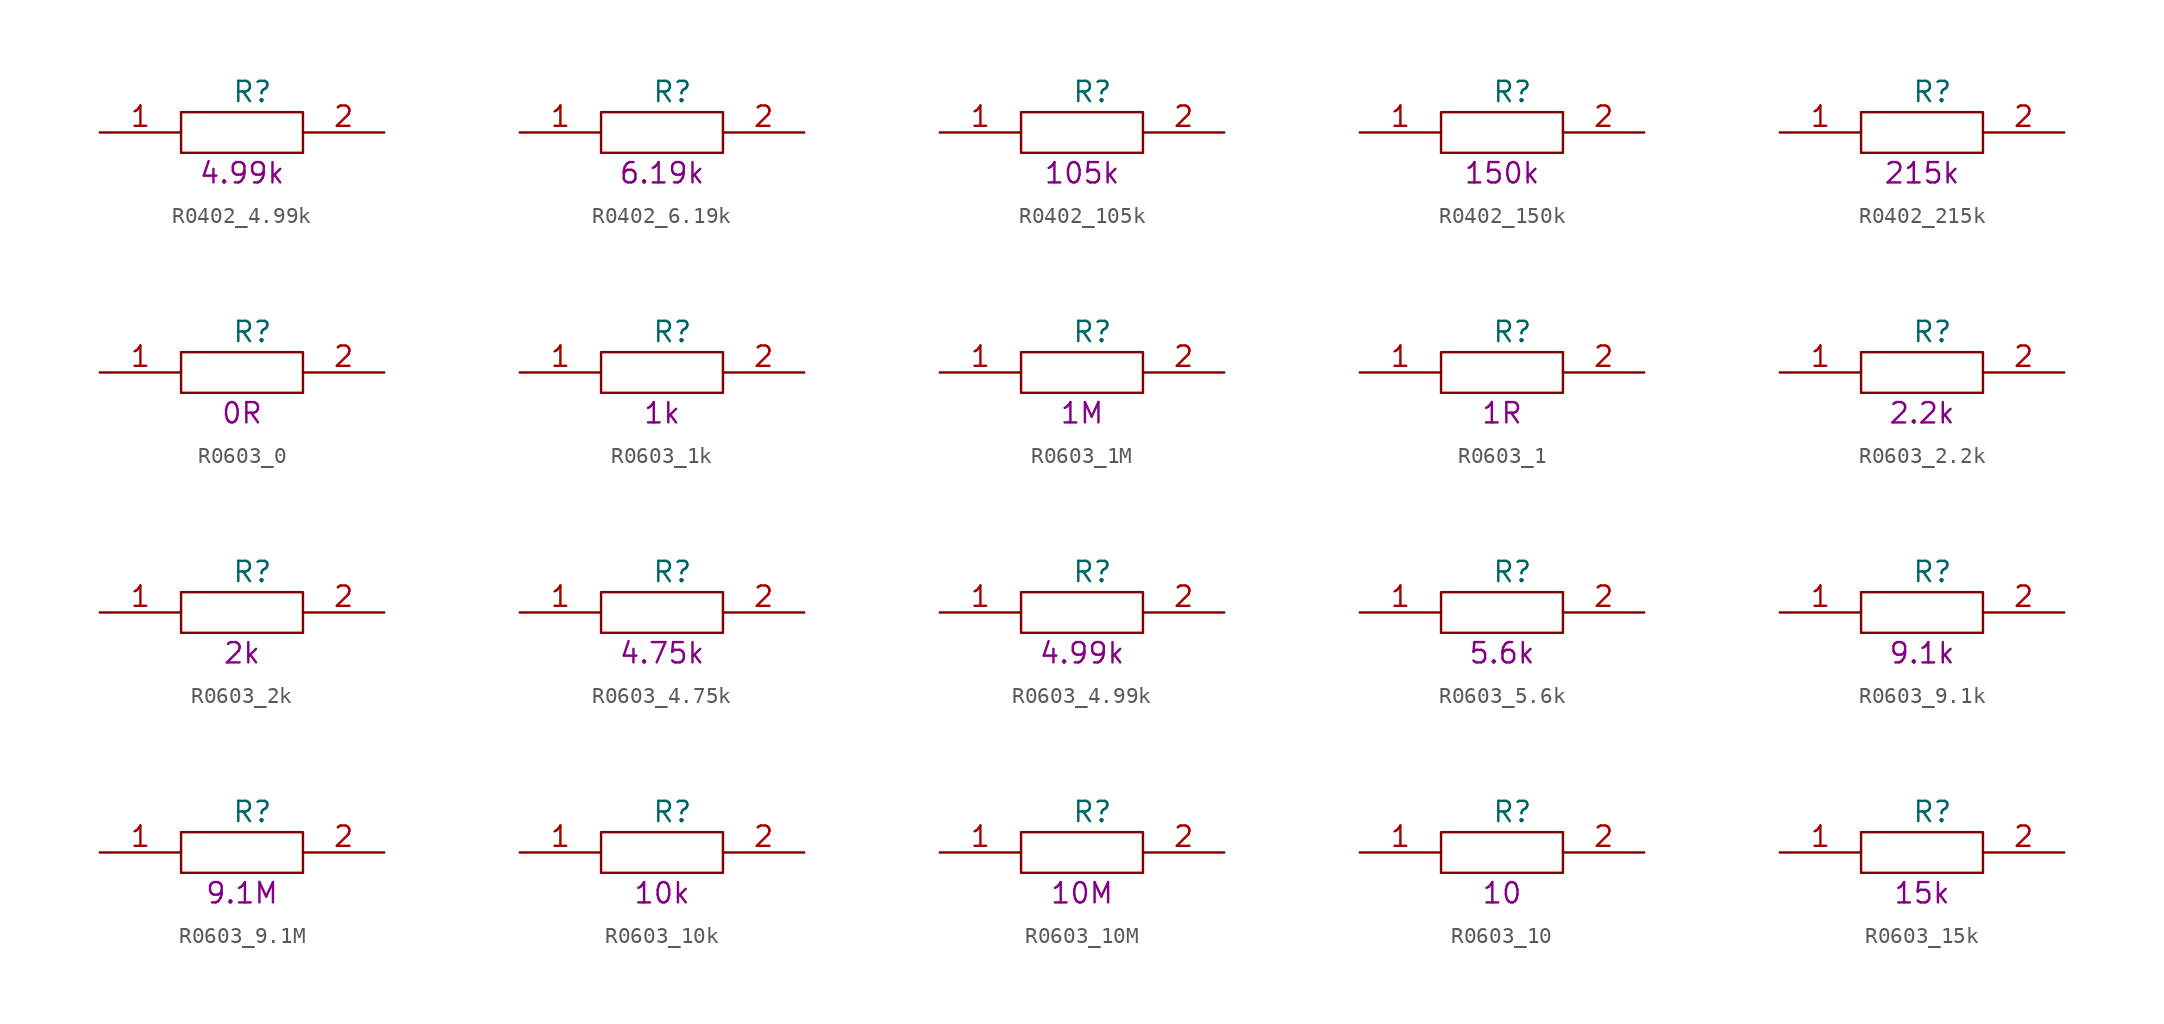
<source format=kicad_sym>
(kicad_symbol_lib
  (version 20220914)
  (generator kicad_symbol_editor)
  (symbol "R0402_4.99k"
    (pin_names
      (offset 0.762))
    (property "Reference" "R"
      (at 8.255 2.54 0)
      (effects (font (size 1.27 1.27)) (justify left)))
    (property "Val" "4.99k"
      (at 8.89 -2.54 0)
      (effects (font (size 1.27 1.27))))
    (symbol "R0402_4.99k_0_0"
      (pin passive line (at 0 0 0) (length 5.08) (name "~" (effects (font (size 1.27 1.27)))) (number "1" (effects (font (size 1.27 1.27)))))
      (pin passive line (at 17.78 0 180) (length 5.08) (name "~" (effects (font (size 1.27 1.27)))) (number "2" (effects (font (size 1.27 1.27))))))
    (symbol "R0402_4.99k_0_1"
      (polyline (pts (xy 5.08 1.27) (xy 12.7 1.27) (xy 12.7 -1.27) (xy 5.08 -1.27) (xy 5.08 1.27)) (stroke (width 0.152) (type solid)) (fill (type none)))))
  (symbol "R0402_6.19k"
    (pin_names
      (offset 0.762))
    (property "Reference" "R"
      (at 8.255 2.54 0)
      (effects (font (size 1.27 1.27)) (justify left)))
    (property "Val" "6.19k"
      (at 8.89 -2.54 0)
      (effects (font (size 1.27 1.27))))
    (symbol "R0402_6.19k_0_0"
      (pin passive line (at 0 0 0) (length 5.08) (name "~" (effects (font (size 1.27 1.27)))) (number "1" (effects (font (size 1.27 1.27)))))
      (pin passive line (at 17.78 0 180) (length 5.08) (name "~" (effects (font (size 1.27 1.27)))) (number "2" (effects (font (size 1.27 1.27))))))
    (symbol "R0402_6.19k_0_1"
      (polyline (pts (xy 5.08 1.27) (xy 12.7 1.27) (xy 12.7 -1.27) (xy 5.08 -1.27) (xy 5.08 1.27)) (stroke (width 0.152) (type solid)) (fill (type none)))))
  (symbol "R0402_105k"
    (pin_names
      (offset 0.762))
    (property "Reference" "R"
      (at 8.255 2.54 0)
      (effects (font (size 1.27 1.27)) (justify left)))
    (property "Val" "105k"
      (at 8.89 -2.54 0)
      (effects (font (size 1.27 1.27))))
    (symbol "R0402_105k_0_0"
      (pin passive line (at 0 0 0) (length 5.08) (name "~" (effects (font (size 1.27 1.27)))) (number "1" (effects (font (size 1.27 1.27)))))
      (pin passive line (at 17.78 0 180) (length 5.08) (name "~" (effects (font (size 1.27 1.27)))) (number "2" (effects (font (size 1.27 1.27))))))
    (symbol "R0402_105k_0_1"
      (polyline (pts (xy 5.08 1.27) (xy 12.7 1.27) (xy 12.7 -1.27) (xy 5.08 -1.27) (xy 5.08 1.27)) (stroke (width 0.152) (type solid)) (fill (type none)))))
  (symbol "R0402_150k"
    (pin_names
      (offset 0.762))
    (property "Reference" "R"
      (at 8.255 2.54 0)
      (effects (font (size 1.27 1.27)) (justify left)))
    (property "Val" "150k"
      (at 8.89 -2.54 0)
      (effects (font (size 1.27 1.27))))
    (symbol "R0402_150k_0_0"
      (pin passive line (at 0 0 0) (length 5.08) (name "~" (effects (font (size 1.27 1.27)))) (number "1" (effects (font (size 1.27 1.27)))))
      (pin passive line (at 17.78 0 180) (length 5.08) (name "~" (effects (font (size 1.27 1.27)))) (number "2" (effects (font (size 1.27 1.27))))))
    (symbol "R0402_150k_0_1"
      (polyline (pts (xy 5.08 1.27) (xy 12.7 1.27) (xy 12.7 -1.27) (xy 5.08 -1.27) (xy 5.08 1.27)) (stroke (width 0.152) (type solid)) (fill (type none)))))
  (symbol "R0402_215k"
    (pin_names
      (offset 0.762))
    (property "Reference" "R"
      (at 8.255 2.54 0)
      (effects (font (size 1.27 1.27)) (justify left)))
    (property "Val" "215k"
      (at 8.89 -2.54 0)
      (effects (font (size 1.27 1.27))))
    (symbol "R0402_215k_0_0"
      (pin passive line (at 0 0 0) (length 5.08) (name "~" (effects (font (size 1.27 1.27)))) (number "1" (effects (font (size 1.27 1.27)))))
      (pin passive line (at 17.78 0 180) (length 5.08) (name "~" (effects (font (size 1.27 1.27)))) (number "2" (effects (font (size 1.27 1.27))))))
    (symbol "R0402_215k_0_1"
      (polyline (pts (xy 5.08 1.27) (xy 12.7 1.27) (xy 12.7 -1.27) (xy 5.08 -1.27) (xy 5.08 1.27)) (stroke (width 0.152) (type solid)) (fill (type none)))))
  (symbol "R0603_0"
    (pin_names
      (offset 0.762))
    (property "Reference" "R"
      (at 8.255 2.54 0)
      (effects (font (size 1.27 1.27)) (justify left)))
    (property "Val" "0R"
      (at 8.89 -2.54 0)
      (effects (font (size 1.27 1.27))))
    (symbol "R0603_0_0_0"
      (pin passive line (at 0 0 0) (length 5.08) (name "~" (effects (font (size 1.27 1.27)))) (number "1" (effects (font (size 1.27 1.27)))))
      (pin passive line (at 17.78 0 180) (length 5.08) (name "~" (effects (font (size 1.27 1.27)))) (number "2" (effects (font (size 1.27 1.27))))))
    (symbol "R0603_0_0_1"
      (polyline (pts (xy 5.08 1.27) (xy 12.7 1.27) (xy 12.7 -1.27) (xy 5.08 -1.27) (xy 5.08 1.27)) (stroke (width 0.152) (type solid)) (fill (type none)))))
  (symbol "R0603_1k"
    (pin_names
      (offset 0.762))
    (property "Reference" "R"
      (at 8.255 2.54 0)
      (effects (font (size 1.27 1.27)) (justify left)))
    (property "Val" "1k"
      (at 8.89 -2.54 0)
      (effects (font (size 1.27 1.27))))
    (symbol "R0603_1k_0_0"
      (pin passive line (at 0 0 0) (length 5.08) (name "~" (effects (font (size 1.27 1.27)))) (number "1" (effects (font (size 1.27 1.27)))))
      (pin passive line (at 17.78 0 180) (length 5.08) (name "~" (effects (font (size 1.27 1.27)))) (number "2" (effects (font (size 1.27 1.27))))))
    (symbol "R0603_1k_0_1"
      (polyline (pts (xy 5.08 1.27) (xy 12.7 1.27) (xy 12.7 -1.27) (xy 5.08 -1.27) (xy 5.08 1.27)) (stroke (width 0.152) (type solid)) (fill (type none)))))
  (symbol "R0603_1M"
    (pin_names
      (offset 0.762))
    (property "Reference" "R"
      (at 8.255 2.54 0)
      (effects (font (size 1.27 1.27)) (justify left)))
    (property "Val" "1M"
      (at 8.89 -2.54 0)
      (effects (font (size 1.27 1.27))))
    (symbol "R0603_1M_0_0"
      (pin passive line (at 0 0 0) (length 5.08) (name "~" (effects (font (size 1.27 1.27)))) (number "1" (effects (font (size 1.27 1.27)))))
      (pin passive line (at 17.78 0 180) (length 5.08) (name "~" (effects (font (size 1.27 1.27)))) (number "2" (effects (font (size 1.27 1.27))))))
    (symbol "R0603_1M_0_1"
      (polyline (pts (xy 5.08 1.27) (xy 12.7 1.27) (xy 12.7 -1.27) (xy 5.08 -1.27) (xy 5.08 1.27)) (stroke (width 0.152) (type solid)) (fill (type none)))))
  (symbol "R0603_1"
    (pin_names
      (offset 0.762))
    (property "Reference" "R"
      (at 8.255 2.54 0)
      (effects (font (size 1.27 1.27)) (justify left)))
    (property "Val" "1R"
      (at 8.89 -2.54 0)
      (effects (font (size 1.27 1.27))))
    (symbol "R0603_1_0_0"
      (pin passive line (at 0 0 0) (length 5.08) (name "~" (effects (font (size 1.27 1.27)))) (number "1" (effects (font (size 1.27 1.27)))))
      (pin passive line (at 17.78 0 180) (length 5.08) (name "~" (effects (font (size 1.27 1.27)))) (number "2" (effects (font (size 1.27 1.27))))))
    (symbol "R0603_1_0_1"
      (polyline (pts (xy 5.08 1.27) (xy 12.7 1.27) (xy 12.7 -1.27) (xy 5.08 -1.27) (xy 5.08 1.27)) (stroke (width 0.152) (type solid)) (fill (type none)))))
  (symbol "R0603_2.2k"
    (pin_names
      (offset 0.762))
    (property "Reference" "R"
      (at 8.255 2.54 0)
      (effects (font (size 1.27 1.27)) (justify left)))
    (property "Val" "2.2k"
      (at 8.89 -2.54 0)
      (effects (font (size 1.27 1.27))))
    (symbol "R0603_2.2k_0_0"
      (pin passive line (at 0 0 0) (length 5.08) (name "~" (effects (font (size 1.27 1.27)))) (number "1" (effects (font (size 1.27 1.27)))))
      (pin passive line (at 17.78 0 180) (length 5.08) (name "~" (effects (font (size 1.27 1.27)))) (number "2" (effects (font (size 1.27 1.27))))))
    (symbol "R0603_2.2k_0_1"
      (polyline (pts (xy 5.08 1.27) (xy 12.7 1.27) (xy 12.7 -1.27) (xy 5.08 -1.27) (xy 5.08 1.27)) (stroke (width 0.152) (type solid)) (fill (type none)))))
  (symbol "R0603_2k"
    (pin_names
      (offset 0.762))
    (property "Reference" "R"
      (at 8.255 2.54 0)
      (effects (font (size 1.27 1.27)) (justify left)))
    (property "Val" "2k"
      (at 8.89 -2.54 0)
      (effects (font (size 1.27 1.27))))
    (symbol "R0603_2k_0_0"
      (pin passive line (at 0 0 0) (length 5.08) (name "~" (effects (font (size 1.27 1.27)))) (number "1" (effects (font (size 1.27 1.27)))))
      (pin passive line (at 17.78 0 180) (length 5.08) (name "~" (effects (font (size 1.27 1.27)))) (number "2" (effects (font (size 1.27 1.27))))))
    (symbol "R0603_2k_0_1"
      (polyline (pts (xy 5.08 1.27) (xy 12.7 1.27) (xy 12.7 -1.27) (xy 5.08 -1.27) (xy 5.08 1.27)) (stroke (width 0.152) (type solid)) (fill (type none)))))
  (symbol "R0603_4.75k"
    (pin_names
      (offset 0.762))
    (property "Reference" "R"
      (at 8.255 2.54 0)
      (effects (font (size 1.27 1.27)) (justify left)))
    (property "Val" "4.75k"
      (at 8.89 -2.54 0)
      (effects (font (size 1.27 1.27))))
    (symbol "R0603_4.75k_0_0"
      (pin passive line (at 0 0 0) (length 5.08) (name "~" (effects (font (size 1.27 1.27)))) (number "1" (effects (font (size 1.27 1.27)))))
      (pin passive line (at 17.78 0 180) (length 5.08) (name "~" (effects (font (size 1.27 1.27)))) (number "2" (effects (font (size 1.27 1.27))))))
    (symbol "R0603_4.75k_0_1"
      (polyline (pts (xy 5.08 1.27) (xy 12.7 1.27) (xy 12.7 -1.27) (xy 5.08 -1.27) (xy 5.08 1.27)) (stroke (width 0.152) (type solid)) (fill (type none)))))
  (symbol "R0603_4.99k"
    (pin_names
      (offset 0.762))
    (property "Reference" "R"
      (at 8.255 2.54 0)
      (effects (font (size 1.27 1.27)) (justify left)))
    (property "Val" "4.99k"
      (at 8.89 -2.54 0)
      (effects (font (size 1.27 1.27))))
    (symbol "R0603_4.99k_0_0"
      (pin passive line (at 0 0 0) (length 5.08) (name "~" (effects (font (size 1.27 1.27)))) (number "1" (effects (font (size 1.27 1.27)))))
      (pin passive line (at 17.78 0 180) (length 5.08) (name "~" (effects (font (size 1.27 1.27)))) (number "2" (effects (font (size 1.27 1.27))))))
    (symbol "R0603_4.99k_0_1"
      (polyline (pts (xy 5.08 1.27) (xy 12.7 1.27) (xy 12.7 -1.27) (xy 5.08 -1.27) (xy 5.08 1.27)) (stroke (width 0.152) (type solid)) (fill (type none)))))
  (symbol "R0603_5.6k"
    (pin_names
      (offset 0.762))
    (property "Reference" "R"
      (at 8.255 2.54 0)
      (effects (font (size 1.27 1.27)) (justify left)))
    (property "Val" "5.6k"
      (at 8.89 -2.54 0)
      (effects (font (size 1.27 1.27))))
    (symbol "R0603_5.6k_0_0"
      (pin passive line (at 0 0 0) (length 5.08) (name "~" (effects (font (size 1.27 1.27)))) (number "1" (effects (font (size 1.27 1.27)))))
      (pin passive line (at 17.78 0 180) (length 5.08) (name "~" (effects (font (size 1.27 1.27)))) (number "2" (effects (font (size 1.27 1.27))))))
    (symbol "R0603_5.6k_0_1"
      (polyline (pts (xy 5.08 1.27) (xy 12.7 1.27) (xy 12.7 -1.27) (xy 5.08 -1.27) (xy 5.08 1.27)) (stroke (width 0.152) (type solid)) (fill (type none)))))
  (symbol "R0603_9.1k"
    (pin_names
      (offset 0.762))
    (property "Reference" "R"
      (at 8.255 2.54 0)
      (effects (font (size 1.27 1.27)) (justify left)))
    (property "Val" "9.1k"
      (at 8.89 -2.54 0)
      (effects (font (size 1.27 1.27))))
    (symbol "R0603_9.1k_0_0"
      (pin passive line (at 0 0 0) (length 5.08) (name "~" (effects (font (size 1.27 1.27)))) (number "1" (effects (font (size 1.27 1.27)))))
      (pin passive line (at 17.78 0 180) (length 5.08) (name "~" (effects (font (size 1.27 1.27)))) (number "2" (effects (font (size 1.27 1.27))))))
    (symbol "R0603_9.1k_0_1"
      (polyline (pts (xy 5.08 1.27) (xy 12.7 1.27) (xy 12.7 -1.27) (xy 5.08 -1.27) (xy 5.08 1.27)) (stroke (width 0.152) (type solid)) (fill (type none)))))
  (symbol "R0603_9.1M"
    (pin_names
      (offset 0.762))
    (property "Reference" "R"
      (at 8.255 2.54 0)
      (effects (font (size 1.27 1.27)) (justify left)))
    (property "Val" "9.1M"
      (at 8.89 -2.54 0)
      (effects (font (size 1.27 1.27))))
    (symbol "R0603_9.1M_0_0"
      (pin passive line (at 0 0 0) (length 5.08) (name "~" (effects (font (size 1.27 1.27)))) (number "1" (effects (font (size 1.27 1.27)))))
      (pin passive line (at 17.78 0 180) (length 5.08) (name "~" (effects (font (size 1.27 1.27)))) (number "2" (effects (font (size 1.27 1.27))))))
    (symbol "R0603_9.1M_0_1"
      (polyline (pts (xy 5.08 1.27) (xy 12.7 1.27) (xy 12.7 -1.27) (xy 5.08 -1.27) (xy 5.08 1.27)) (stroke (width 0.152) (type solid)) (fill (type none)))))
  (symbol "R0603_10k"
    (pin_names
      (offset 0.762))
    (property "Reference" "R"
      (at 8.255 2.54 0)
      (effects (font (size 1.27 1.27)) (justify left)))
    (property "Val" "10k"
      (at 8.89 -2.54 0)
      (effects (font (size 1.27 1.27))))
    (symbol "R0603_10k_0_0"
      (pin passive line (at 0 0 0) (length 5.08) (name "~" (effects (font (size 1.27 1.27)))) (number "1" (effects (font (size 1.27 1.27)))))
      (pin passive line (at 17.78 0 180) (length 5.08) (name "~" (effects (font (size 1.27 1.27)))) (number "2" (effects (font (size 1.27 1.27))))))
    (symbol "R0603_10k_0_1"
      (polyline (pts (xy 5.08 1.27) (xy 12.7 1.27) (xy 12.7 -1.27) (xy 5.08 -1.27) (xy 5.08 1.27)) (stroke (width 0.152) (type solid)) (fill (type none)))))
  (symbol "R0603_10M"
    (pin_names
      (offset 0.762))
    (property "Reference" "R"
      (at 8.255 2.54 0)
      (effects (font (size 1.27 1.27)) (justify left)))
    (property "Val" "10M"
      (at 8.89 -2.54 0)
      (effects (font (size 1.27 1.27))))
    (symbol "R0603_10M_0_0"
      (pin passive line (at 0 0 0) (length 5.08) (name "~" (effects (font (size 1.27 1.27)))) (number "1" (effects (font (size 1.27 1.27)))))
      (pin passive line (at 17.78 0 180) (length 5.08) (name "~" (effects (font (size 1.27 1.27)))) (number "2" (effects (font (size 1.27 1.27))))))
    (symbol "R0603_10M_0_1"
      (polyline (pts (xy 5.08 1.27) (xy 12.7 1.27) (xy 12.7 -1.27) (xy 5.08 -1.27) (xy 5.08 1.27)) (stroke (width 0.152) (type solid)) (fill (type none)))))
  (symbol "R0603_10"
    (pin_names
      (offset 0.762))
    (property "Reference" "R"
      (at 8.255 2.54 0)
      (effects (font (size 1.27 1.27)) (justify left)))
    (property "Val" "10"
      (at 8.89 -2.54 0)
      (effects (font (size 1.27 1.27))))
    (symbol "R0603_10_0_0"
      (pin passive line (at 0 0 0) (length 5.08) (name "~" (effects (font (size 1.27 1.27)))) (number "1" (effects (font (size 1.27 1.27)))))
      (pin passive line (at 17.78 0 180) (length 5.08) (name "~" (effects (font (size 1.27 1.27)))) (number "2" (effects (font (size 1.27 1.27))))))
    (symbol "R0603_10_0_1"
      (polyline (pts (xy 5.08 1.27) (xy 12.7 1.27) (xy 12.7 -1.27) (xy 5.08 -1.27) (xy 5.08 1.27)) (stroke (width 0.152) (type solid)) (fill (type none)))))
  (symbol "R0603_15k"
    (pin_names
      (offset 0.762))
    (property "Reference" "R"
      (at 8.255 2.54 0)
      (effects (font (size 1.27 1.27)) (justify left)))
    (property "Val" "15k"
      (at 8.89 -2.54 0)
      (effects (font (size 1.27 1.27))))
    (symbol "R0603_15k_0_0"
      (pin passive line (at 0 0 0) (length 5.08) (name "~" (effects (font (size 1.27 1.27)))) (number "1" (effects (font (size 1.27 1.27)))))
      (pin passive line (at 17.78 0 180) (length 5.08) (name "~" (effects (font (size 1.27 1.27)))) (number "2" (effects (font (size 1.27 1.27))))))
    (symbol "R0603_15k_0_1"
      (polyline (pts (xy 5.08 1.27) (xy 12.7 1.27) (xy 12.7 -1.27) (xy 5.08 -1.27) (xy 5.08 1.27)) (stroke (width 0.152) (type solid)) (fill (type none))))))
</source>
